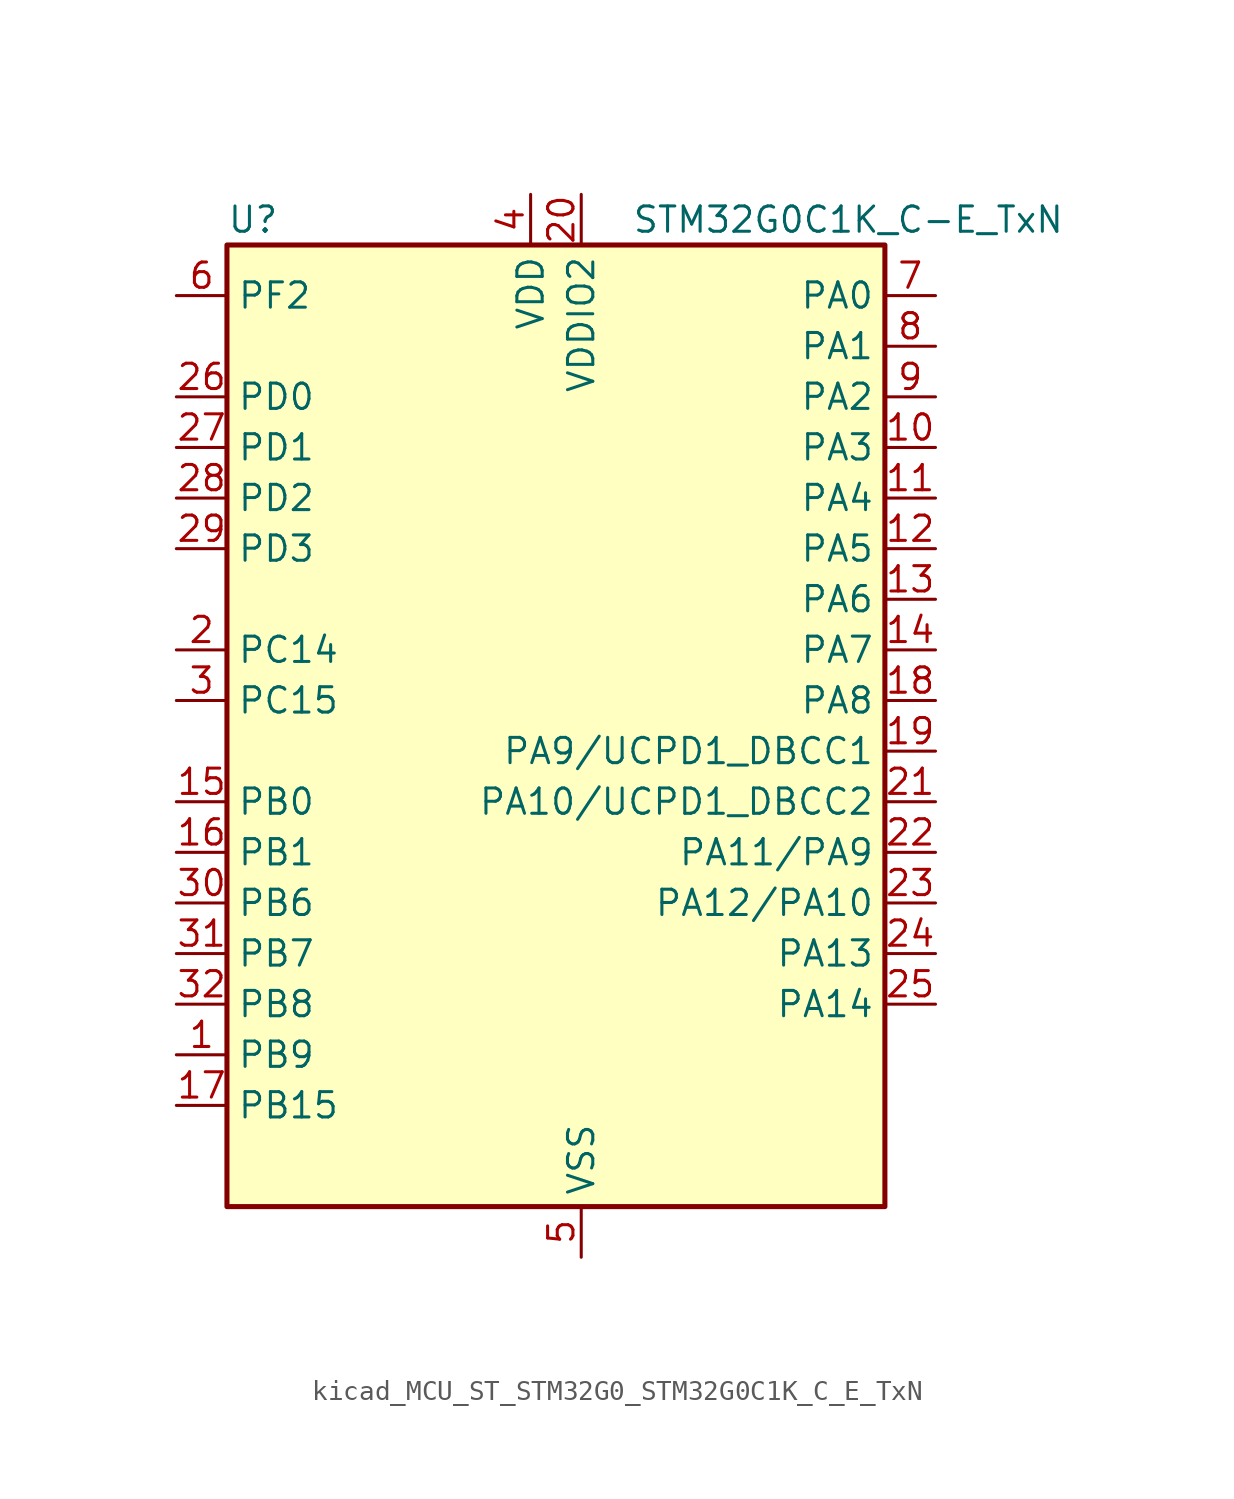
<source format=kicad_sym>
(kicad_symbol_lib
  (version 20220914)
  (generator kicad_symbol_editor)
  (symbol "kicad_MCU_ST_STM32G0_STM32G0C1K_C_E_TxN"
    (property "Reference" "U"
      (at -15.24 26.67 0)
      (effects (font (size 1.27 1.27)) (justify left)))
    (property "Value" "STM32G0C1K_C-E_TxN"
      (at 5.08 26.67 0)
      (effects (font (size 1.27 1.27)) (justify left)))
    (property "ki_locked" ""
      (at 0 0 0)
      (effects (font (size 1.27 1.27))))
    (symbol "kicad_MCU_ST_STM32G0_STM32G0C1K_C_E_TxN_0_1"
      (rectangle (start -15.24 -22.86) (end 17.78 25.4) (stroke (width 0.254) (type default)) (fill (type background))))
    (symbol "kicad_MCU_ST_STM32G0_STM32G0C1K_C_E_TxN_1_1"
      (pin bidirectional line (at -17.78 -15.24 0) (length 2.54) (name "PB9" (effects (font (size 1.27 1.27)))) (number "1" (effects (font (size 1.27 1.27)))) (alternate "DAC1_EXTI9" bidirectional line) (alternate "FDCAN1_TX" bidirectional line) (alternate "I2C1_SDA" bidirectional line) (alternate "I2S2_WS" bidirectional line) (alternate "IR_OUT" bidirectional line) (alternate "SPI2_NSS" bidirectional line) (alternate "TIM17_CH1" bidirectional line) (alternate "TIM4_CH4" bidirectional line) (alternate "UCPD2_FRSTX1" bidirectional line) (alternate "UCPD2_FRSTX2" bidirectional line) (alternate "USART3_RX" bidirectional line) (alternate "USART6_RX" bidirectional line))
      (pin bidirectional line (at 20.32 15.24 180) (length 2.54) (name "PA3" (effects (font (size 1.27 1.27)))) (number "10" (effects (font (size 1.27 1.27)))) (alternate "ADC1_IN3" bidirectional line) (alternate "COMP2_INP" bidirectional line) (alternate "I2S2_MCK" bidirectional line) (alternate "LPUART1_RX" bidirectional line) (alternate "SPI2_MISO" bidirectional line) (alternate "TIM15_CH2" bidirectional line) (alternate "TIM2_CH4" bidirectional line) (alternate "UCPD2_FRSTX1" bidirectional line) (alternate "UCPD2_FRSTX2" bidirectional line) (alternate "USART2_RX" bidirectional line))
      (pin bidirectional line (at 20.32 12.7 180) (length 2.54) (name "PA4" (effects (font (size 1.27 1.27)))) (number "11" (effects (font (size 1.27 1.27)))) (alternate "ADC1_IN4" bidirectional line) (alternate "DAC1_OUT1" bidirectional line) (alternate "I2S1_WS" bidirectional line) (alternate "I2S2_SD" bidirectional line) (alternate "LPTIM2_OUT" bidirectional line) (alternate "RTC_OUT1" bidirectional line) (alternate "RTC_TAMP_IN1" bidirectional line) (alternate "RTC_TS" bidirectional line) (alternate "SPI1_NSS" bidirectional line) (alternate "SPI2_MOSI" bidirectional line) (alternate "SYS_WKUP2" bidirectional line) (alternate "TIM14_CH1" bidirectional line) (alternate "UCPD2_FRSTX1" bidirectional line) (alternate "UCPD2_FRSTX2" bidirectional line) (alternate "USART6_TX" bidirectional line) (alternate "USB_NOE" bidirectional line))
      (pin bidirectional line (at 20.32 10.16 180) (length 2.54) (name "PA5" (effects (font (size 1.27 1.27)))) (number "12" (effects (font (size 1.27 1.27)))) (alternate "ADC1_IN5" bidirectional line) (alternate "CEC" bidirectional line) (alternate "DAC1_OUT2" bidirectional line) (alternate "I2S1_CK" bidirectional line) (alternate "LPTIM2_ETR" bidirectional line) (alternate "SPI1_SCK" bidirectional line) (alternate "TIM2_CH1" bidirectional line) (alternate "TIM2_ETR" bidirectional line) (alternate "UCPD1_FRSTX1" bidirectional line) (alternate "UCPD1_FRSTX2" bidirectional line) (alternate "USART3_TX" bidirectional line) (alternate "USART6_RX" bidirectional line))
      (pin bidirectional line (at 20.32 7.62 180) (length 2.54) (name "PA6" (effects (font (size 1.27 1.27)))) (number "13" (effects (font (size 1.27 1.27)))) (alternate "ADC1_IN6" bidirectional line) (alternate "COMP1_OUT" bidirectional line) (alternate "I2C2_SDA" bidirectional line) (alternate "I2C3_SDA" bidirectional line) (alternate "I2S1_MCK" bidirectional line) (alternate "LPUART1_CTS" bidirectional line) (alternate "SPI1_MISO" bidirectional line) (alternate "TIM16_CH1" bidirectional line) (alternate "TIM1_BK" bidirectional line) (alternate "TIM3_CH1" bidirectional line) (alternate "USART3_CTS" bidirectional line) (alternate "USART3_NSS" bidirectional line) (alternate "USART6_CTS" bidirectional line) (alternate "USART6_NSS" bidirectional line))
      (pin bidirectional line (at 20.32 5.08 180) (length 2.54) (name "PA7" (effects (font (size 1.27 1.27)))) (number "14" (effects (font (size 1.27 1.27)))) (alternate "ADC1_IN7" bidirectional line) (alternate "COMP2_OUT" bidirectional line) (alternate "I2C2_SCL" bidirectional line) (alternate "I2C3_SCL" bidirectional line) (alternate "I2S1_SD" bidirectional line) (alternate "SPI1_MOSI" bidirectional line) (alternate "TIM14_CH1" bidirectional line) (alternate "TIM17_CH1" bidirectional line) (alternate "TIM1_CH1N" bidirectional line) (alternate "TIM3_CH2" bidirectional line) (alternate "UCPD1_FRSTX1" bidirectional line) (alternate "UCPD1_FRSTX2" bidirectional line) (alternate "USART6_CK" bidirectional line) (alternate "USART6_DE" bidirectional line) (alternate "USART6_RTS" bidirectional line))
      (pin bidirectional line (at -17.78 -2.54 0) (length 2.54) (name "PB0" (effects (font (size 1.27 1.27)))) (number "15" (effects (font (size 1.27 1.27)))) (alternate "ADC1_IN8" bidirectional line) (alternate "COMP1_OUT" bidirectional line) (alternate "COMP3_INP" bidirectional line) (alternate "FDCAN2_RX" bidirectional line) (alternate "I2S1_WS" bidirectional line) (alternate "LPTIM1_OUT" bidirectional line) (alternate "LPUART2_CTS" bidirectional line) (alternate "SPI1_NSS" bidirectional line) (alternate "TIM1_CH2N" bidirectional line) (alternate "TIM3_CH3" bidirectional line) (alternate "UCPD1_FRSTX1" bidirectional line) (alternate "UCPD1_FRSTX2" bidirectional line) (alternate "USART3_RX" bidirectional line) (alternate "USART5_TX" bidirectional line))
      (pin bidirectional line (at -17.78 -5.08 0) (length 2.54) (name "PB1" (effects (font (size 1.27 1.27)))) (number "16" (effects (font (size 1.27 1.27)))) (alternate "ADC1_IN9" bidirectional line) (alternate "COMP1_INM" bidirectional line) (alternate "COMP3_OUT" bidirectional line) (alternate "FDCAN2_TX" bidirectional line) (alternate "LPTIM2_IN1" bidirectional line) (alternate "LPUART1_DE" bidirectional line) (alternate "LPUART1_RTS" bidirectional line) (alternate "LPUART2_DE" bidirectional line) (alternate "LPUART2_RTS" bidirectional line) (alternate "TIM14_CH1" bidirectional line) (alternate "TIM1_CH3N" bidirectional line) (alternate "TIM3_CH4" bidirectional line) (alternate "USART3_CK" bidirectional line) (alternate "USART3_DE" bidirectional line) (alternate "USART3_RTS" bidirectional line) (alternate "USART5_RX" bidirectional line))
      (pin bidirectional line (at -17.78 -17.78 0) (length 2.54) (name "PB15" (effects (font (size 1.27 1.27)))) (number "17" (effects (font (size 1.27 1.27)))) (alternate "I2S2_SD" bidirectional line) (alternate "RTC_REFIN" bidirectional line) (alternate "SPI2_MOSI" bidirectional line) (alternate "TIM15_CH1N" bidirectional line) (alternate "TIM15_CH2" bidirectional line) (alternate "TIM1_CH3N" bidirectional line) (alternate "UCPD1_CC2" bidirectional line) (alternate "USART6_CTS" bidirectional line) (alternate "USART6_NSS" bidirectional line))
      (pin bidirectional line (at 20.32 2.54 180) (length 2.54) (name "PA8" (effects (font (size 1.27 1.27)))) (number "18" (effects (font (size 1.27 1.27)))) (alternate "CRS1_SYNC" bidirectional line) (alternate "I2C2_SMBA" bidirectional line) (alternate "I2S2_WS" bidirectional line) (alternate "LPTIM2_OUT" bidirectional line) (alternate "RCC_MCO" bidirectional line) (alternate "SPI2_NSS" bidirectional line) (alternate "TIM1_CH1" bidirectional line) (alternate "UCPD1_CC1" bidirectional line))
      (pin bidirectional line (at 20.32 0 180) (length 2.54) (name "PA9/UCPD1_DBCC1" (effects (font (size 1.27 1.27)))) (number "19" (effects (font (size 1.27 1.27)))) (alternate "DAC1_EXTI9" bidirectional line) (alternate "I2C1_SCL" bidirectional line) (alternate "I2C2_SCL" bidirectional line) (alternate "I2S2_MCK" bidirectional line) (alternate "RCC_MCO" bidirectional line) (alternate "SPI2_MISO" bidirectional line) (alternate "TIM15_BK" bidirectional line) (alternate "TIM1_CH2" bidirectional line) (alternate "UCPD1_DBCC1" bidirectional line) (alternate "USART1_TX" bidirectional line))
      (pin bidirectional line (at -17.78 5.08 0) (length 2.54) (name "PC14" (effects (font (size 1.27 1.27)))) (number "2" (effects (font (size 1.27 1.27)))) (alternate "RCC_OSC32_IN" bidirectional line) (alternate "RCC_OSC_IN" bidirectional line) (alternate "TIM1_BK2" bidirectional line))
      (pin power_in line (at 2.54 27.94 270) (length 2.54) (name "VDDIO2" (effects (font (size 1.27 1.27)))) (number "20" (effects (font (size 1.27 1.27)))))
      (pin bidirectional line (at 20.32 -2.54 180) (length 2.54) (name "PA10/UCPD1_DBCC2" (effects (font (size 1.27 1.27)))) (number "21" (effects (font (size 1.27 1.27)))) (alternate "I2C1_SDA" bidirectional line) (alternate "I2C2_SDA" bidirectional line) (alternate "I2S2_SD" bidirectional line) (alternate "RCC_MCO_2" bidirectional line) (alternate "SPI2_MOSI" bidirectional line) (alternate "TIM17_BK" bidirectional line) (alternate "TIM1_CH3" bidirectional line) (alternate "UCPD1_DBCC2" bidirectional line) (alternate "USART1_RX" bidirectional line))
      (pin bidirectional line (at 20.32 -5.08 180) (length 2.54) (name "PA11/PA9" (effects (font (size 1.27 1.27)))) (number "22" (effects (font (size 1.27 1.27)))) (alternate "ADC1_EXTI11" bidirectional line) (alternate "COMP1_OUT" bidirectional line) (alternate "FDCAN1_RX" bidirectional line) (alternate "I2C2_SCL" bidirectional line) (alternate "I2S1_MCK" bidirectional line) (alternate "SPI1_MISO" bidirectional line) (alternate "TIM1_BK2" bidirectional line) (alternate "TIM1_CH4" bidirectional line) (alternate "USART1_CTS" bidirectional line) (alternate "USART1_NSS" bidirectional line) (alternate "USB_DM" bidirectional line))
      (pin bidirectional line (at 20.32 -7.62 180) (length 2.54) (name "PA12/PA10" (effects (font (size 1.27 1.27)))) (number "23" (effects (font (size 1.27 1.27)))) (alternate "COMP2_OUT" bidirectional line) (alternate "FDCAN1_TX" bidirectional line) (alternate "I2C2_SDA" bidirectional line) (alternate "I2S1_SD" bidirectional line) (alternate "I2S_CKIN" bidirectional line) (alternate "SPI1_MOSI" bidirectional line) (alternate "TIM1_ETR" bidirectional line) (alternate "USART1_CK" bidirectional line) (alternate "USART1_DE" bidirectional line) (alternate "USART1_RTS" bidirectional line) (alternate "USB_DP" bidirectional line))
      (pin bidirectional line (at 20.32 -10.16 180) (length 2.54) (name "PA13" (effects (font (size 1.27 1.27)))) (number "24" (effects (font (size 1.27 1.27)))) (alternate "IR_OUT" bidirectional line) (alternate "LPUART2_RX" bidirectional line) (alternate "SYS_SWDIO" bidirectional line) (alternate "USB_NOE" bidirectional line))
      (pin bidirectional line (at 20.32 -12.7 180) (length 2.54) (name "PA14" (effects (font (size 1.27 1.27)))) (number "25" (effects (font (size 1.27 1.27)))) (alternate "LPUART2_TX" bidirectional line) (alternate "SYS_SWCLK" bidirectional line) (alternate "USART2_TX" bidirectional line))
      (pin bidirectional line (at -17.78 17.78 0) (length 2.54) (name "PD0" (effects (font (size 1.27 1.27)))) (number "26" (effects (font (size 1.27 1.27)))) (alternate "FDCAN1_RX" bidirectional line) (alternate "I2S2_WS" bidirectional line) (alternate "SPI2_NSS" bidirectional line) (alternate "TIM16_CH1" bidirectional line) (alternate "UCPD2_CC1" bidirectional line))
      (pin bidirectional line (at -17.78 15.24 0) (length 2.54) (name "PD1" (effects (font (size 1.27 1.27)))) (number "27" (effects (font (size 1.27 1.27)))) (alternate "FDCAN1_TX" bidirectional line) (alternate "I2S2_CK" bidirectional line) (alternate "SPI2_SCK" bidirectional line) (alternate "TIM17_CH1" bidirectional line) (alternate "UCPD2_DBCC1" bidirectional line))
      (pin bidirectional line (at -17.78 12.7 0) (length 2.54) (name "PD2" (effects (font (size 1.27 1.27)))) (number "28" (effects (font (size 1.27 1.27)))) (alternate "TIM1_CH1N" bidirectional line) (alternate "TIM3_ETR" bidirectional line) (alternate "UCPD2_CC2" bidirectional line) (alternate "USART3_CK" bidirectional line) (alternate "USART3_DE" bidirectional line) (alternate "USART3_RTS" bidirectional line) (alternate "USART5_RX" bidirectional line))
      (pin bidirectional line (at -17.78 10.16 0) (length 2.54) (name "PD3" (effects (font (size 1.27 1.27)))) (number "29" (effects (font (size 1.27 1.27)))) (alternate "I2S2_MCK" bidirectional line) (alternate "SPI2_MISO" bidirectional line) (alternate "TIM1_CH2N" bidirectional line) (alternate "UCPD2_DBCC2" bidirectional line) (alternate "USART2_CTS" bidirectional line) (alternate "USART2_NSS" bidirectional line) (alternate "USART5_TX" bidirectional line))
      (pin bidirectional line (at -17.78 2.54 0) (length 2.54) (name "PC15" (effects (font (size 1.27 1.27)))) (number "3" (effects (font (size 1.27 1.27)))) (alternate "RCC_OSC32_EN" bidirectional line) (alternate "RCC_OSC32_OUT" bidirectional line) (alternate "RCC_OSC_EN" bidirectional line) (alternate "TIM15_BK" bidirectional line))
      (pin bidirectional line (at -17.78 -7.62 0) (length 2.54) (name "PB6" (effects (font (size 1.27 1.27)))) (number "30" (effects (font (size 1.27 1.27)))) (alternate "COMP2_INP" bidirectional line) (alternate "FDCAN2_TX" bidirectional line) (alternate "I2C1_SCL" bidirectional line) (alternate "I2S2_MCK" bidirectional line) (alternate "LPTIM1_ETR" bidirectional line) (alternate "LPUART2_TX" bidirectional line) (alternate "SPI2_MISO" bidirectional line) (alternate "TIM16_CH1N" bidirectional line) (alternate "TIM1_CH3" bidirectional line) (alternate "TIM4_CH1" bidirectional line) (alternate "USART1_TX" bidirectional line) (alternate "USART5_CTS" bidirectional line) (alternate "USART5_NSS" bidirectional line))
      (pin bidirectional line (at -17.78 -10.16 0) (length 2.54) (name "PB7" (effects (font (size 1.27 1.27)))) (number "31" (effects (font (size 1.27 1.27)))) (alternate "COMP2_INM" bidirectional line) (alternate "I2C1_SDA" bidirectional line) (alternate "I2S2_SD" bidirectional line) (alternate "LPTIM1_IN2" bidirectional line) (alternate "LPUART2_RX" bidirectional line) (alternate "SPI2_MOSI" bidirectional line) (alternate "SYS_PVD_IN" bidirectional line) (alternate "TIM17_CH1N" bidirectional line) (alternate "TIM4_CH2" bidirectional line) (alternate "USART1_RX" bidirectional line) (alternate "USART4_CTS" bidirectional line) (alternate "USART4_NSS" bidirectional line))
      (pin bidirectional line (at -17.78 -12.7 0) (length 2.54) (name "PB8" (effects (font (size 1.27 1.27)))) (number "32" (effects (font (size 1.27 1.27)))) (alternate "CEC" bidirectional line) (alternate "FDCAN1_RX" bidirectional line) (alternate "I2C1_SCL" bidirectional line) (alternate "I2S2_CK" bidirectional line) (alternate "SPI2_SCK" bidirectional line) (alternate "TIM15_BK" bidirectional line) (alternate "TIM16_CH1" bidirectional line) (alternate "TIM4_CH3" bidirectional line) (alternate "USART3_TX" bidirectional line) (alternate "USART6_TX" bidirectional line))
      (pin power_in line (at 0 27.94 270) (length 2.54) (name "VDD" (effects (font (size 1.27 1.27)))) (number "4" (effects (font (size 1.27 1.27)))))
      (pin power_in line (at 2.54 -25.4 90) (length 2.54) (name "VSS" (effects (font (size 1.27 1.27)))) (number "5" (effects (font (size 1.27 1.27)))))
      (pin bidirectional line (at -17.78 22.86 0) (length 2.54) (name "PF2" (effects (font (size 1.27 1.27)))) (number "6" (effects (font (size 1.27 1.27)))) (alternate "LPUART2_DE" bidirectional line) (alternate "LPUART2_RTS" bidirectional line) (alternate "LPUART2_TX" bidirectional line) (alternate "RCC_MCO" bidirectional line))
      (pin bidirectional line (at 20.32 22.86 180) (length 2.54) (name "PA0" (effects (font (size 1.27 1.27)))) (number "7" (effects (font (size 1.27 1.27)))) (alternate "ADC1_IN0" bidirectional line) (alternate "COMP1_INM" bidirectional line) (alternate "COMP1_OUT" bidirectional line) (alternate "I2S2_CK" bidirectional line) (alternate "LPTIM1_OUT" bidirectional line) (alternate "RTC_TAMP_IN2" bidirectional line) (alternate "SPI2_SCK" bidirectional line) (alternate "SYS_WKUP1" bidirectional line) (alternate "TIM2_CH1" bidirectional line) (alternate "TIM2_ETR" bidirectional line) (alternate "UCPD2_FRSTX1" bidirectional line) (alternate "UCPD2_FRSTX2" bidirectional line) (alternate "USART2_CTS" bidirectional line) (alternate "USART2_NSS" bidirectional line) (alternate "USART4_TX" bidirectional line))
      (pin bidirectional line (at 20.32 20.32 180) (length 2.54) (name "PA1" (effects (font (size 1.27 1.27)))) (number "8" (effects (font (size 1.27 1.27)))) (alternate "ADC1_IN1" bidirectional line) (alternate "COMP1_INP" bidirectional line) (alternate "I2C1_SMBA" bidirectional line) (alternate "I2S1_CK" bidirectional line) (alternate "SPI1_SCK" bidirectional line) (alternate "TIM15_CH1N" bidirectional line) (alternate "TIM2_CH2" bidirectional line) (alternate "USART2_CK" bidirectional line) (alternate "USART2_DE" bidirectional line) (alternate "USART2_RTS" bidirectional line) (alternate "USART4_RX" bidirectional line))
      (pin bidirectional line (at 20.32 17.78 180) (length 2.54) (name "PA2" (effects (font (size 1.27 1.27)))) (number "9" (effects (font (size 1.27 1.27)))) (alternate "ADC1_IN2" bidirectional line) (alternate "COMP2_INM" bidirectional line) (alternate "COMP2_OUT" bidirectional line) (alternate "I2S1_SD" bidirectional line) (alternate "LPUART1_TX" bidirectional line) (alternate "RCC_LSCO" bidirectional line) (alternate "SPI1_MOSI" bidirectional line) (alternate "SYS_WKUP4" bidirectional line) (alternate "TIM15_CH1" bidirectional line) (alternate "TIM2_CH3" bidirectional line) (alternate "UCPD1_FRSTX1" bidirectional line) (alternate "UCPD1_FRSTX2" bidirectional line) (alternate "USART2_TX" bidirectional line)))))
</source>
